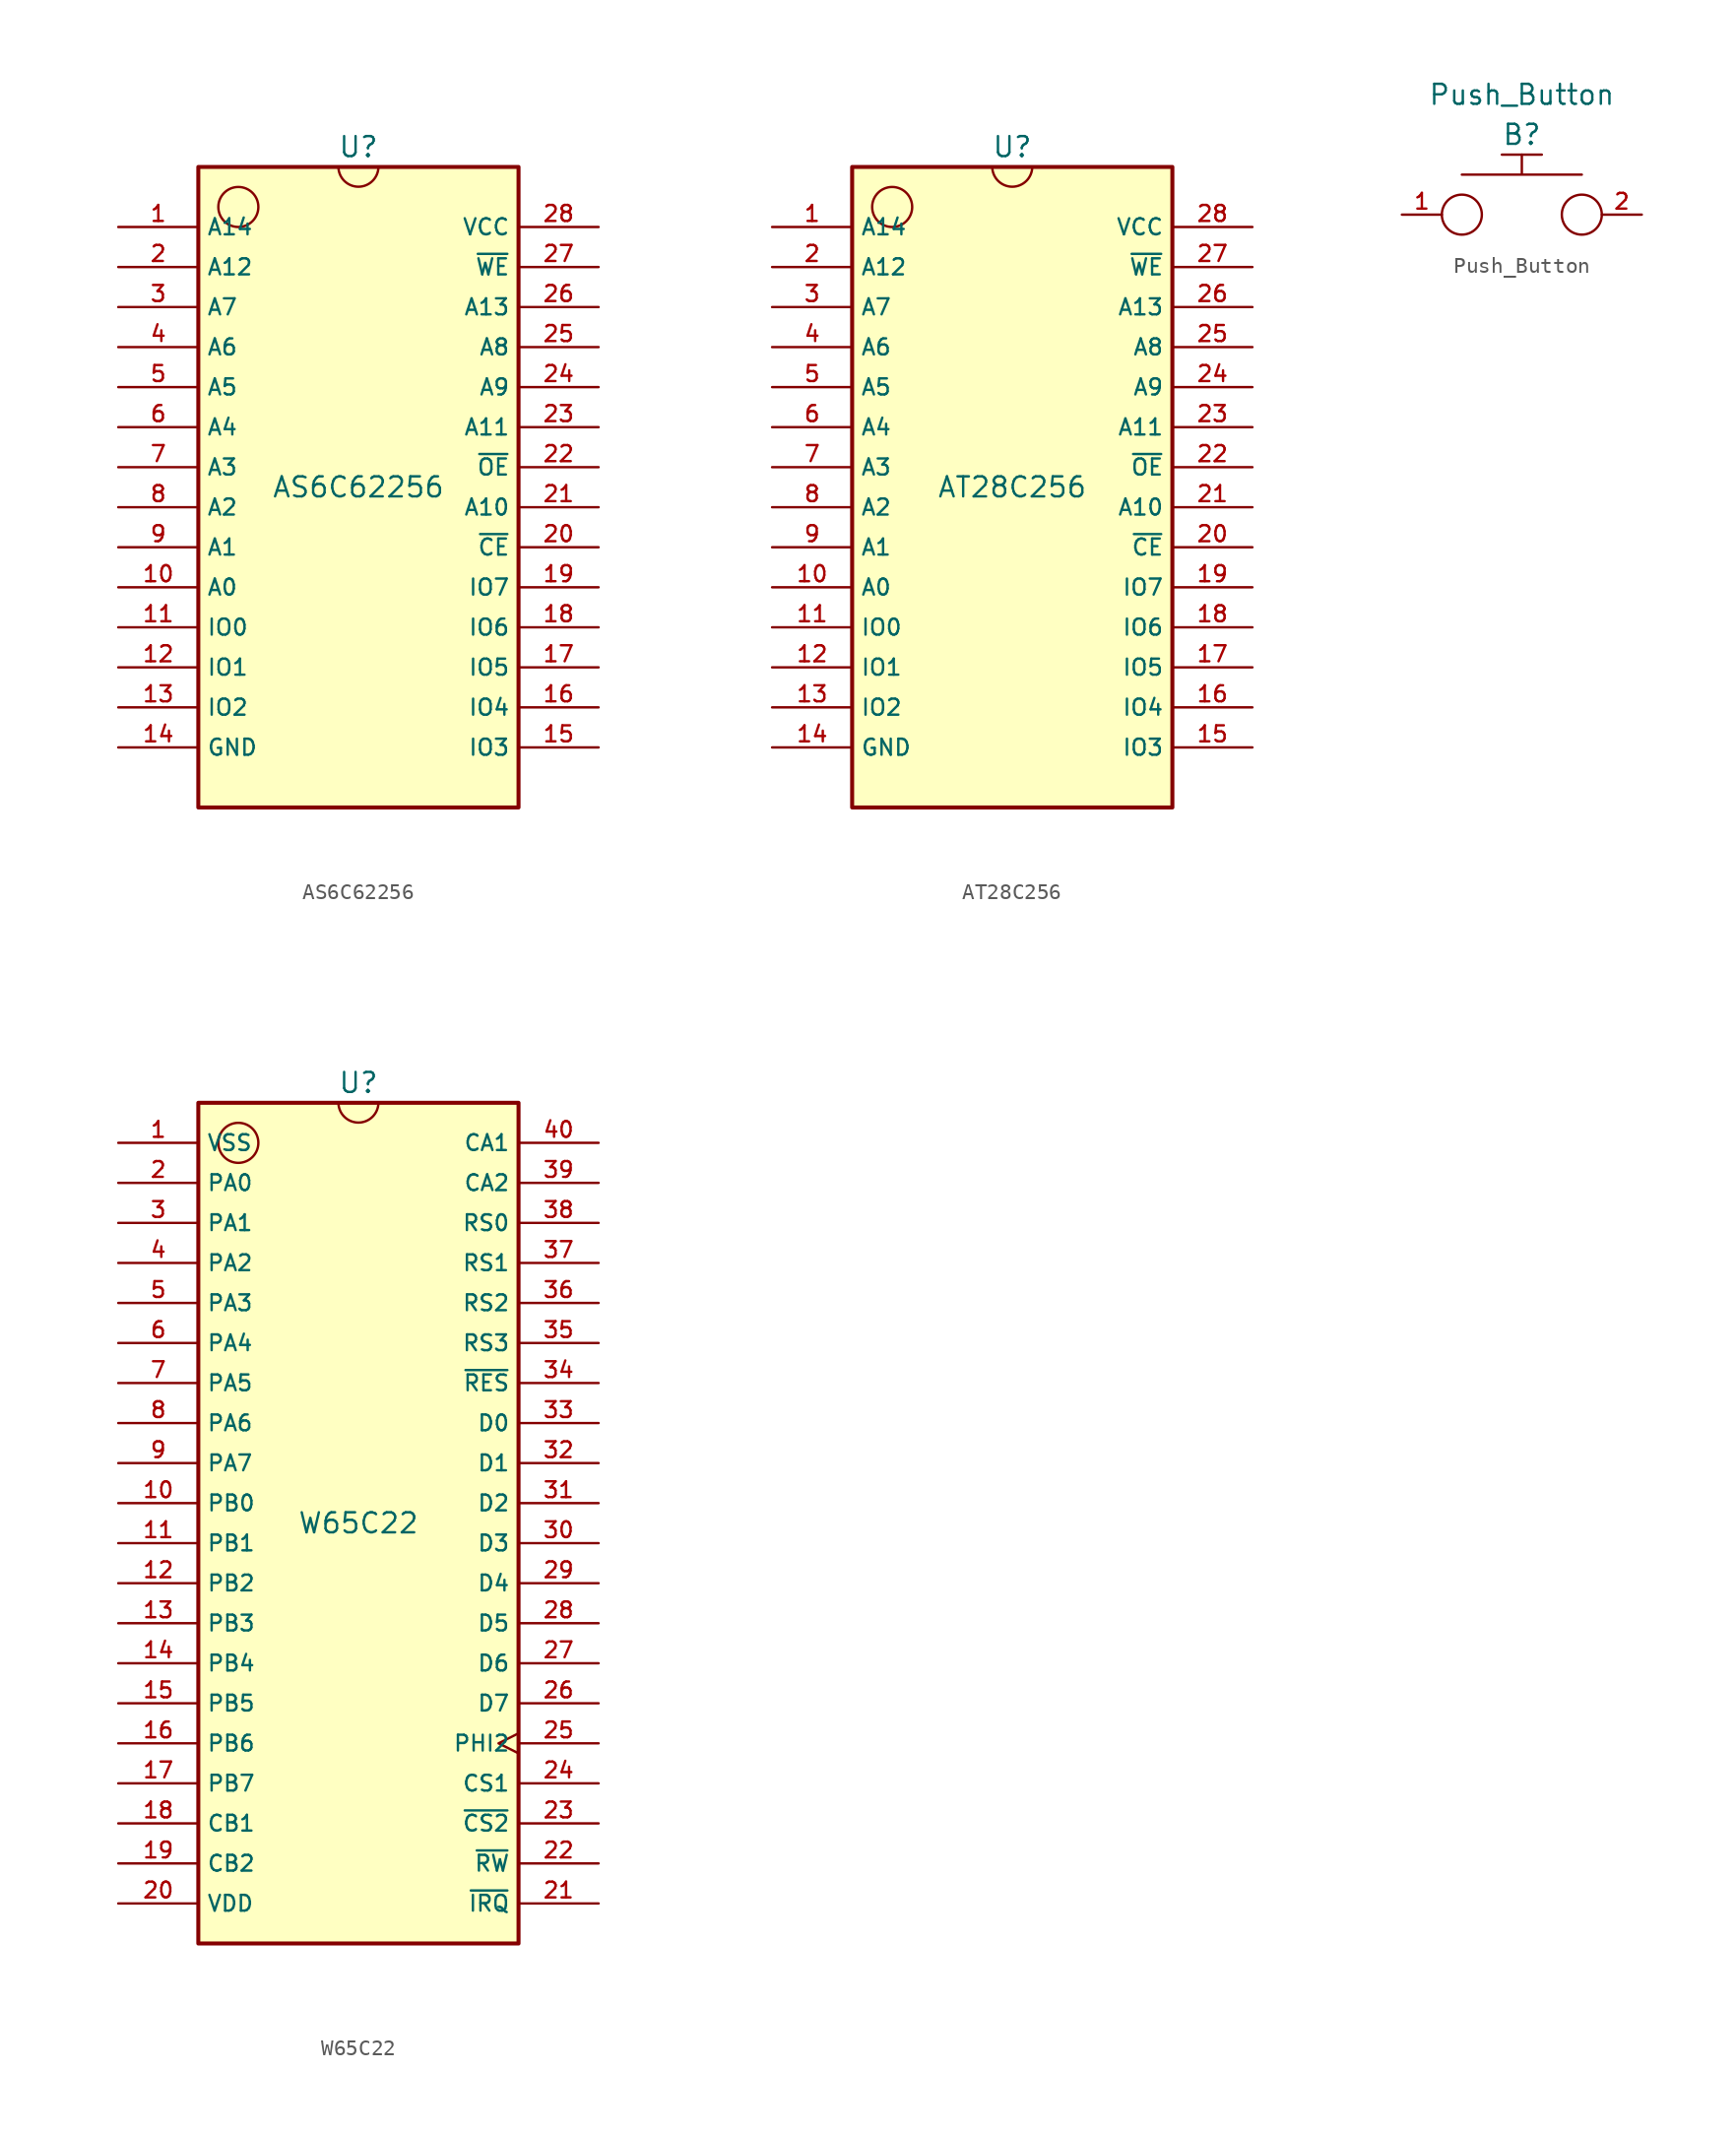
<source format=kicad_sym>
(kicad_symbol_lib
  (version 20220914)
  (generator kicad_symbol_editor)
  (symbol "AS6C62256"
    (property "Reference" "U"
      (at 0 21.59 0)
      (effects (font (size 1.27 1.27))))
    (property "Value" "AS6C62256"
      (at 0 0 0)
      (effects (font (size 1.27 1.27))))
    (symbol "AS6C62256_0_0"
      (rectangle (start -10.16 20.32) (end 10.16 -20.32) (stroke (width 0.254) (type default)) (fill (type background)))
      (pin bidirectional line (at -15.24 -8.89 0) (length 5.08) (name "IO0" (effects (font (size 1.016 1.016)))) (number "11" (effects (font (size 1.016 1.016)))))
      (pin bidirectional line (at -15.24 -11.43 0) (length 5.08) (name "IO1" (effects (font (size 1.016 1.016)))) (number "12" (effects (font (size 1.016 1.016)))))
      (pin bidirectional line (at -15.24 -13.97 0) (length 5.08) (name "IO2" (effects (font (size 1.016 1.016)))) (number "13" (effects (font (size 1.016 1.016)))))
      (pin bidirectional line (at 15.24 -16.51 180) (length 5.08) (name "IO3" (effects (font (size 1.016 1.016)))) (number "15" (effects (font (size 1.016 1.016)))))
      (pin bidirectional line (at 15.24 -13.97 180) (length 5.08) (name "IO4" (effects (font (size 1.016 1.016)))) (number "16" (effects (font (size 1.016 1.016)))))
      (pin bidirectional line (at 15.24 -11.43 180) (length 5.08) (name "IO5" (effects (font (size 1.016 1.016)))) (number "17" (effects (font (size 1.016 1.016)))))
      (pin bidirectional line (at 15.24 -8.89 180) (length 5.08) (name "IO6" (effects (font (size 1.016 1.016)))) (number "18" (effects (font (size 1.016 1.016)))))
      (pin bidirectional line (at 15.24 -6.35 180) (length 5.08) (name "IO7" (effects (font (size 1.016 1.016)))) (number "19" (effects (font (size 1.016 1.016))))))
    (symbol "AS6C62256_0_1"
      (circle (center -7.62 17.78) (radius 1.27) (stroke (width 0) (type default)) (fill (type none)))
      (arc (start -1.27 20.32) (mid 0 19.0658) (end 1.27 20.32) (stroke (width 0) (type default)) (fill (type none))))
    (symbol "AS6C62256_1_0"
      (pin input line (at -15.24 16.51 0) (length 5.08) (name "A14" (effects (font (size 1.016 1.016)))) (number "1" (effects (font (size 1.016 1.016)))))
      (pin input line (at -15.24 -6.35 0) (length 5.08) (name "A0" (effects (font (size 1.016 1.016)))) (number "10" (effects (font (size 1.016 1.016)))))
      (pin power_in line (at -15.24 -16.51 0) (length 5.08) (name "GND" (effects (font (size 1.016 1.016)))) (number "14" (effects (font (size 1.016 1.016)))))
      (pin input line (at -15.24 13.97 0) (length 5.08) (name "A12" (effects (font (size 1.016 1.016)))) (number "2" (effects (font (size 1.016 1.016)))))
      (pin input line (at 15.24 -3.81 180) (length 5.08) (name "~{CE}" (effects (font (size 1.016 1.016)))) (number "20" (effects (font (size 1.016 1.016)))))
      (pin input line (at 15.24 -1.27 180) (length 5.08) (name "A10" (effects (font (size 1.016 1.016)))) (number "21" (effects (font (size 1.016 1.016)))))
      (pin input line (at 15.24 1.27 180) (length 5.08) (name "~{OE}" (effects (font (size 1.016 1.016)))) (number "22" (effects (font (size 1.016 1.016)))))
      (pin input line (at 15.24 3.81 180) (length 5.08) (name "A11" (effects (font (size 1.016 1.016)))) (number "23" (effects (font (size 1.016 1.016)))))
      (pin input line (at 15.24 6.35 180) (length 5.08) (name "A9" (effects (font (size 1.016 1.016)))) (number "24" (effects (font (size 1.016 1.016)))))
      (pin input line (at 15.24 8.89 180) (length 5.08) (name "A8" (effects (font (size 1.016 1.016)))) (number "25" (effects (font (size 1.016 1.016)))))
      (pin input line (at 15.24 11.43 180) (length 5.08) (name "A13" (effects (font (size 1.016 1.016)))) (number "26" (effects (font (size 1.016 1.016)))))
      (pin input line (at 15.24 13.97 180) (length 5.08) (name "~{WE}" (effects (font (size 1.016 1.016)))) (number "27" (effects (font (size 1.016 1.016)))))
      (pin power_in line (at 15.24 16.51 180) (length 5.08) (name "VCC" (effects (font (size 1.016 1.016)))) (number "28" (effects (font (size 1.016 1.016)))))
      (pin input line (at -15.24 11.43 0) (length 5.08) (name "A7" (effects (font (size 1.016 1.016)))) (number "3" (effects (font (size 1.016 1.016)))))
      (pin input line (at -15.24 8.89 0) (length 5.08) (name "A6" (effects (font (size 1.016 1.016)))) (number "4" (effects (font (size 1.016 1.016)))))
      (pin input line (at -15.24 6.35 0) (length 5.08) (name "A5" (effects (font (size 1.016 1.016)))) (number "5" (effects (font (size 1.016 1.016)))))
      (pin input line (at -15.24 3.81 0) (length 5.08) (name "A4" (effects (font (size 1.016 1.016)))) (number "6" (effects (font (size 1.016 1.016)))))
      (pin input line (at -15.24 1.27 0) (length 5.08) (name "A3" (effects (font (size 1.016 1.016)))) (number "7" (effects (font (size 1.016 1.016)))))
      (pin input line (at -15.24 -1.27 0) (length 5.08) (name "A2" (effects (font (size 1.016 1.016)))) (number "8" (effects (font (size 1.016 1.016)))))
      (pin input line (at -15.24 -3.81 0) (length 5.08) (name "A1" (effects (font (size 1.016 1.016)))) (number "9" (effects (font (size 1.016 1.016)))))))
  (symbol "AT28C256"
    (property "Reference" "U"
      (at 0 21.59 0)
      (effects (font (size 1.27 1.27))))
    (property "Value" "AT28C256"
      (at 0 0 0)
      (effects (font (size 1.27 1.27))))
    (symbol "AT28C256_0_0"
      (rectangle (start -10.16 20.32) (end 10.16 -20.32) (stroke (width 0.254) (type default)) (fill (type background)))
      (pin bidirectional line (at -15.24 -8.89 0) (length 5.08) (name "IO0" (effects (font (size 1.016 1.016)))) (number "11" (effects (font (size 1.016 1.016)))))
      (pin bidirectional line (at -15.24 -11.43 0) (length 5.08) (name "IO1" (effects (font (size 1.016 1.016)))) (number "12" (effects (font (size 1.016 1.016)))))
      (pin bidirectional line (at -15.24 -13.97 0) (length 5.08) (name "IO2" (effects (font (size 1.016 1.016)))) (number "13" (effects (font (size 1.016 1.016)))))
      (pin bidirectional line (at 15.24 -16.51 180) (length 5.08) (name "IO3" (effects (font (size 1.016 1.016)))) (number "15" (effects (font (size 1.016 1.016)))))
      (pin bidirectional line (at 15.24 -13.97 180) (length 5.08) (name "IO4" (effects (font (size 1.016 1.016)))) (number "16" (effects (font (size 1.016 1.016)))))
      (pin bidirectional line (at 15.24 -11.43 180) (length 5.08) (name "IO5" (effects (font (size 1.016 1.016)))) (number "17" (effects (font (size 1.016 1.016)))))
      (pin bidirectional line (at 15.24 -8.89 180) (length 5.08) (name "IO6" (effects (font (size 1.016 1.016)))) (number "18" (effects (font (size 1.016 1.016)))))
      (pin bidirectional line (at 15.24 -6.35 180) (length 5.08) (name "IO7" (effects (font (size 1.016 1.016)))) (number "19" (effects (font (size 1.016 1.016))))))
    (symbol "AT28C256_0_1"
      (circle (center -7.62 17.78) (radius 1.27) (stroke (width 0) (type default)) (fill (type none)))
      (arc (start -1.27 20.32) (mid 0 19.0658) (end 1.27 20.32) (stroke (width 0) (type default)) (fill (type none))))
    (symbol "AT28C256_1_0"
      (pin input line (at -15.24 16.51 0) (length 5.08) (name "A14" (effects (font (size 1.016 1.016)))) (number "1" (effects (font (size 1.016 1.016)))))
      (pin input line (at -15.24 -6.35 0) (length 5.08) (name "A0" (effects (font (size 1.016 1.016)))) (number "10" (effects (font (size 1.016 1.016)))))
      (pin power_in line (at -15.24 -16.51 0) (length 5.08) (name "GND" (effects (font (size 1.016 1.016)))) (number "14" (effects (font (size 1.016 1.016)))))
      (pin input line (at -15.24 13.97 0) (length 5.08) (name "A12" (effects (font (size 1.016 1.016)))) (number "2" (effects (font (size 1.016 1.016)))))
      (pin input line (at 15.24 -3.81 180) (length 5.08) (name "~{CE}" (effects (font (size 1.016 1.016)))) (number "20" (effects (font (size 1.016 1.016)))))
      (pin input line (at 15.24 -1.27 180) (length 5.08) (name "A10" (effects (font (size 1.016 1.016)))) (number "21" (effects (font (size 1.016 1.016)))))
      (pin input line (at 15.24 1.27 180) (length 5.08) (name "~{OE}" (effects (font (size 1.016 1.016)))) (number "22" (effects (font (size 1.016 1.016)))))
      (pin input line (at 15.24 3.81 180) (length 5.08) (name "A11" (effects (font (size 1.016 1.016)))) (number "23" (effects (font (size 1.016 1.016)))))
      (pin input line (at 15.24 6.35 180) (length 5.08) (name "A9" (effects (font (size 1.016 1.016)))) (number "24" (effects (font (size 1.016 1.016)))))
      (pin input line (at 15.24 8.89 180) (length 5.08) (name "A8" (effects (font (size 1.016 1.016)))) (number "25" (effects (font (size 1.016 1.016)))))
      (pin input line (at 15.24 11.43 180) (length 5.08) (name "A13" (effects (font (size 1.016 1.016)))) (number "26" (effects (font (size 1.016 1.016)))))
      (pin input line (at 15.24 13.97 180) (length 5.08) (name "~{WE}" (effects (font (size 1.016 1.016)))) (number "27" (effects (font (size 1.016 1.016)))))
      (pin power_in line (at 15.24 16.51 180) (length 5.08) (name "VCC" (effects (font (size 1.016 1.016)))) (number "28" (effects (font (size 1.016 1.016)))))
      (pin input line (at -15.24 11.43 0) (length 5.08) (name "A7" (effects (font (size 1.016 1.016)))) (number "3" (effects (font (size 1.016 1.016)))))
      (pin input line (at -15.24 8.89 0) (length 5.08) (name "A6" (effects (font (size 1.016 1.016)))) (number "4" (effects (font (size 1.016 1.016)))))
      (pin input line (at -15.24 6.35 0) (length 5.08) (name "A5" (effects (font (size 1.016 1.016)))) (number "5" (effects (font (size 1.016 1.016)))))
      (pin input line (at -15.24 3.81 0) (length 5.08) (name "A4" (effects (font (size 1.016 1.016)))) (number "6" (effects (font (size 1.016 1.016)))))
      (pin input line (at -15.24 1.27 0) (length 5.08) (name "A3" (effects (font (size 1.016 1.016)))) (number "7" (effects (font (size 1.016 1.016)))))
      (pin input line (at -15.24 -1.27 0) (length 5.08) (name "A2" (effects (font (size 1.016 1.016)))) (number "8" (effects (font (size 1.016 1.016)))))
      (pin input line (at -15.24 -3.81 0) (length 5.08) (name "A1" (effects (font (size 1.016 1.016)))) (number "9" (effects (font (size 1.016 1.016)))))))
  (symbol "Push_Button"
    (property "Reference" "B"
      (at 0 5.08 0)
      (effects (font (size 1.27 1.27))))
    (property "Value" "Push_Button"
      (at 0 7.62 0)
      (effects (font (size 1.27 1.27))))
    (symbol "Push_Button_0_1"
      (circle (center -3.81 0) (radius 1.27) (stroke (width 0) (type default)) (fill (type none)))
      (polyline (pts (xy -1.27 3.81) (xy 0 3.81) (xy 1.27 3.81)) (stroke (width 0) (type default)) (fill (type none)))
      (polyline (pts (xy -3.81 2.54) (xy 3.81 2.54) (xy 0 2.54) (xy 0 3.81)) (stroke (width 0) (type default)) (fill (type none)))
      (circle (center 3.81 0) (radius 1.27) (stroke (width 0) (type default)) (fill (type none))))
    (symbol "Push_Button_1_1"
      (pin bidirectional line (at -7.62 0 0) (length 2.54) (name "" (effects (font (size 1 1)))) (number "1" (effects (font (size 1 1)))))
      (pin bidirectional line (at 7.62 0 180) (length 2.54) (name "" (effects (font (size 1 1)))) (number "2" (effects (font (size 1 1)))))))
  (symbol "W65C22"
    (property "Reference" "U"
      (at 0 27.94 0)
      (effects (font (size 1.27 1.27))))
    (property "Value" "W65C22"
      (at 0 0 0)
      (effects (font (size 1.27 1.27))))
    (symbol "W65C22_0_0"
      (rectangle (start -10.16 26.67) (end 10.16 -26.67) (stroke (width 0.254) (type default)) (fill (type background))))
    (symbol "W65C22_0_1"
      (circle (center -7.62 24.13) (radius 1.27) (stroke (width 0) (type default)) (fill (type none))))
    (symbol "W65C22_1_1"
      (arc (start -1.27 26.67) (mid 0 25.4158) (end 1.27 26.67) (stroke (width 0) (type default)) (fill (type none)))
      (pin power_in line (at -15.24 24.13 0) (length 5.08) (name "VSS" (effects (font (size 1 1)))) (number "1" (effects (font (size 1 1)))))
      (pin bidirectional line (at -15.24 1.27 0) (length 5.08) (name "PB0" (effects (font (size 1 1)))) (number "10" (effects (font (size 1 1)))))
      (pin bidirectional line (at -15.24 -1.27 0) (length 5.08) (name "PB1" (effects (font (size 1 1)))) (number "11" (effects (font (size 1 1)))))
      (pin bidirectional line (at -15.24 -3.81 0) (length 5.08) (name "PB2" (effects (font (size 1 1)))) (number "12" (effects (font (size 1 1)))))
      (pin bidirectional line (at -15.24 -6.35 0) (length 5.08) (name "PB3" (effects (font (size 1 1)))) (number "13" (effects (font (size 1 1)))))
      (pin bidirectional line (at -15.24 -8.89 0) (length 5.08) (name "PB4" (effects (font (size 1 1)))) (number "14" (effects (font (size 1 1)))))
      (pin bidirectional line (at -15.24 -11.43 0) (length 5.08) (name "PB5" (effects (font (size 1 1)))) (number "15" (effects (font (size 1 1)))))
      (pin bidirectional line (at -15.24 -13.97 0) (length 5.08) (name "PB6" (effects (font (size 1 1)))) (number "16" (effects (font (size 1 1)))))
      (pin bidirectional line (at -15.24 -16.51 0) (length 5.08) (name "PB7" (effects (font (size 1 1)))) (number "17" (effects (font (size 1 1)))))
      (pin bidirectional line (at -15.24 -19.05 0) (length 5.08) (name "CB1" (effects (font (size 1 1)))) (number "18" (effects (font (size 1 1)))))
      (pin bidirectional line (at -15.24 -21.59 0) (length 5.08) (name "CB2" (effects (font (size 1 1)))) (number "19" (effects (font (size 1 1)))))
      (pin bidirectional line (at -15.24 21.59 0) (length 5.08) (name "PA0" (effects (font (size 1 1)))) (number "2" (effects (font (size 1 1)))))
      (pin power_in line (at -15.24 -24.13 0) (length 5.08) (name "VDD" (effects (font (size 1 1)))) (number "20" (effects (font (size 1 1)))))
      (pin input line (at 15.24 -24.13 180) (length 5.08) (name "~{IRQ}" (effects (font (size 1 1)))) (number "21" (effects (font (size 1 1)))))
      (pin input line (at 15.24 -21.59 180) (length 5.08) (name "~{RW}" (effects (font (size 1 1)))) (number "22" (effects (font (size 1 1)))))
      (pin input line (at 15.24 -19.05 180) (length 5.08) (name "~{CS2}" (effects (font (size 1 1)))) (number "23" (effects (font (size 1 1)))))
      (pin input line (at 15.24 -16.51 180) (length 5.08) (name "CS1" (effects (font (size 1 1)))) (number "24" (effects (font (size 1 1)))))
      (pin input clock (at 15.24 -13.97 180) (length 5.08) (name "PHI2" (effects (font (size 1 1)))) (number "25" (effects (font (size 1 1)))))
      (pin bidirectional line (at 15.24 -11.43 180) (length 5.08) (name "D7" (effects (font (size 1 1)))) (number "26" (effects (font (size 1 1)))))
      (pin bidirectional line (at 15.24 -8.89 180) (length 5.08) (name "D6" (effects (font (size 1 1)))) (number "27" (effects (font (size 1 1)))))
      (pin bidirectional line (at 15.24 -6.35 180) (length 5.08) (name "D5" (effects (font (size 1 1)))) (number "28" (effects (font (size 1 1)))))
      (pin bidirectional line (at 15.24 -3.81 180) (length 5.08) (name "D4" (effects (font (size 1 1)))) (number "29" (effects (font (size 1 1)))))
      (pin bidirectional line (at -15.24 19.05 0) (length 5.08) (name "PA1" (effects (font (size 1 1)))) (number "3" (effects (font (size 1 1)))))
      (pin bidirectional line (at 15.24 -1.27 180) (length 5.08) (name "D3" (effects (font (size 1 1)))) (number "30" (effects (font (size 1 1)))))
      (pin bidirectional line (at 15.24 1.27 180) (length 5.08) (name "D2" (effects (font (size 1 1)))) (number "31" (effects (font (size 1 1)))))
      (pin bidirectional line (at 15.24 3.81 180) (length 5.08) (name "D1" (effects (font (size 1 1)))) (number "32" (effects (font (size 1 1)))))
      (pin bidirectional line (at 15.24 6.35 180) (length 5.08) (name "D0" (effects (font (size 1 1)))) (number "33" (effects (font (size 1 1)))))
      (pin input line (at 15.24 8.89 180) (length 5.08) (name "~{RES}" (effects (font (size 1 1)))) (number "34" (effects (font (size 1 1)))))
      (pin input line (at 15.24 11.43 180) (length 5.08) (name "RS3" (effects (font (size 1 1)))) (number "35" (effects (font (size 1 1)))))
      (pin input line (at 15.24 13.97 180) (length 5.08) (name "RS2" (effects (font (size 1 1)))) (number "36" (effects (font (size 1 1)))))
      (pin input line (at 15.24 16.51 180) (length 5.08) (name "RS1" (effects (font (size 1 1)))) (number "37" (effects (font (size 1 1)))))
      (pin input line (at 15.24 19.05 180) (length 5.08) (name "RS0" (effects (font (size 1 1)))) (number "38" (effects (font (size 1 1)))))
      (pin bidirectional line (at 15.24 21.59 180) (length 5.08) (name "CA2" (effects (font (size 1 1)))) (number "39" (effects (font (size 1 1)))))
      (pin bidirectional line (at -15.24 16.51 0) (length 5.08) (name "PA2" (effects (font (size 1 1)))) (number "4" (effects (font (size 1 1)))))
      (pin bidirectional line (at 15.24 24.13 180) (length 5.08) (name "CA1" (effects (font (size 1 1)))) (number "40" (effects (font (size 1 1)))))
      (pin bidirectional line (at -15.24 13.97 0) (length 5.08) (name "PA3" (effects (font (size 1 1)))) (number "5" (effects (font (size 1 1)))))
      (pin bidirectional line (at -15.24 11.43 0) (length 5.08) (name "PA4" (effects (font (size 1 1)))) (number "6" (effects (font (size 1 1)))))
      (pin bidirectional line (at -15.24 8.89 0) (length 5.08) (name "PA5" (effects (font (size 1 1)))) (number "7" (effects (font (size 1 1)))))
      (pin bidirectional line (at -15.24 6.35 0) (length 5.08) (name "PA6" (effects (font (size 1 1)))) (number "8" (effects (font (size 1 1)))))
      (pin bidirectional line (at -15.24 3.81 0) (length 5.08) (name "PA7" (effects (font (size 1 1)))) (number "9" (effects (font (size 1 1))))))))
</source>
